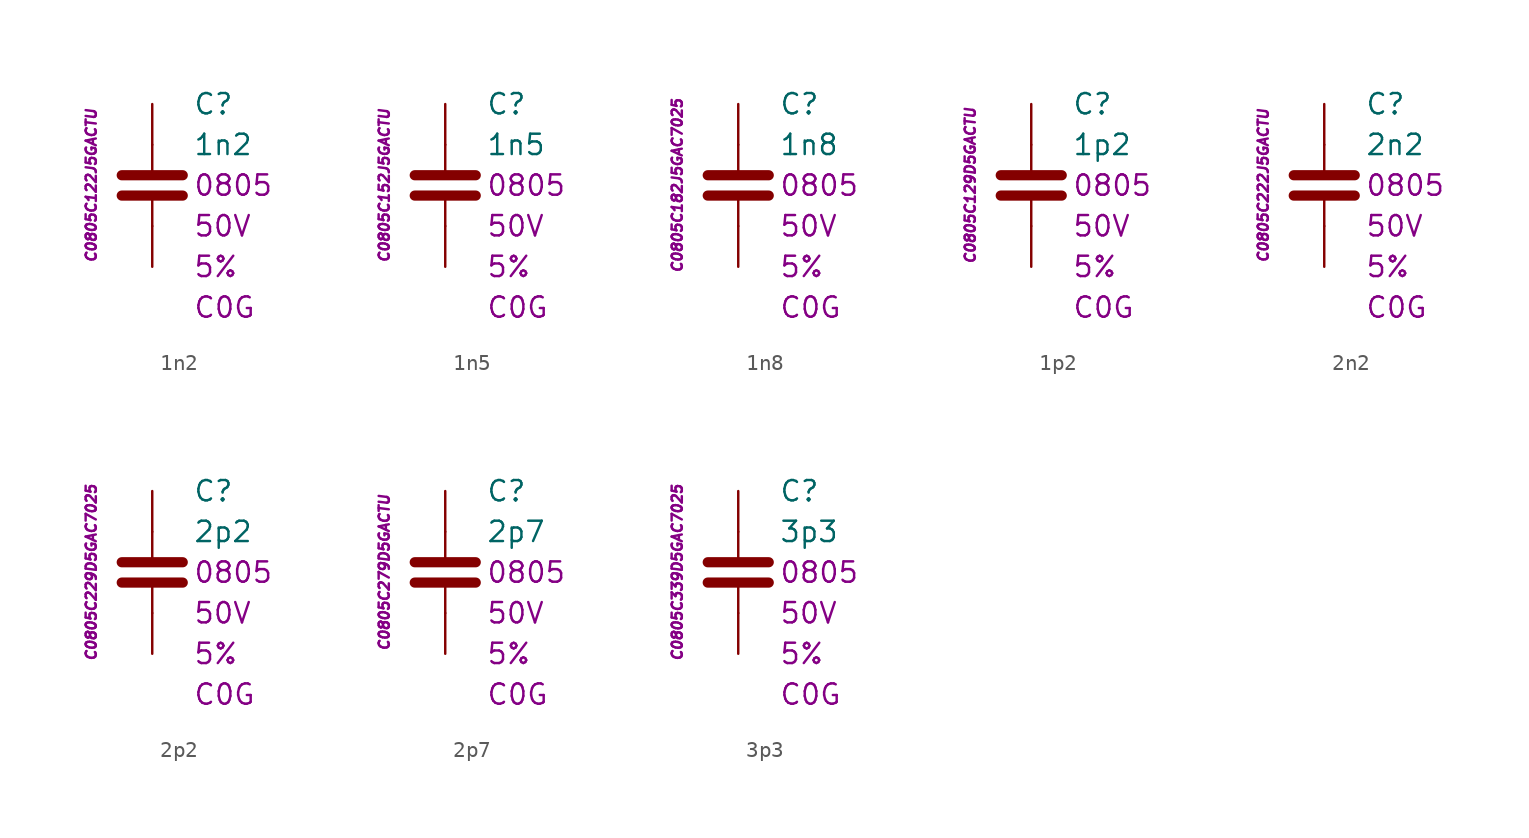
<source format=kicad_sym>
(kicad_symbol_lib
  (version 20201005)
  (generator kicad_symbol_editor)
  (symbol "C.Kemet.MLCC.0805.COG:1n2"
    (pin_numbers hide)
    (pin_names
      (offset 1.016) hide)
    (property "Reference" "C"
      (at 2.54 5.08 0)
      (effects (font (size 1.27 1.27)) (justify left)))
    (property "Value" "1n2"
      (at 2.54 2.54 0)
      (effects (font (size 1.27 1.27)) (justify left)))
    (property "Package" "0805"
      (at 2.54 0 0)
      (effects (font (size 1.27 1.27)) (justify left)))
    (property "Voltage" "50V"
      (at 2.54 -2.54 0)
      (effects (font (size 1.27 1.27)) (justify left)))
    (property "Tolerance" "5%"
      (at 2.54 -5.08 0)
      (effects (font (size 1.27 1.27)) (justify left)))
    (property "Dielectric" "C0G"
      (at 2.54 -7.62 0)
      (effects (font (size 1.27 1.27)) (justify left)))
    (property "ID" "C0805C122J5GACTU"
      (at -3.81 0 90)
      (effects (font (size 0.635 0.635) italic)))
    (symbol "1n2_0_1"
      (polyline (pts (xy -1.905 -0.635) (xy 1.905 -0.635)) (stroke (width 0.635)) (fill (type none)))
      (polyline (pts (xy -1.905 0.635) (xy 1.905 0.635)) (stroke (width 0.635)) (fill (type none)))
      (polyline (pts (xy 0 -2.54) (xy 0 -0.635)) (stroke (width 0.152)) (fill (type none)))
      (polyline (pts (xy 0 0.635) (xy 0 2.54)) (stroke (width 0.152)) (fill (type none))))
    (symbol "1n2_1_1"
      (pin passive line (at 0 5.08 270) (length 2.54) (name "~" (effects (font (size 1.778 1.778)))) (number "1" (effects (font (size 1.778 1.778)))))
      (pin passive line (at 0 -5.08 90) (length 2.54) (name "~" (effects (font (size 1.778 1.778)))) (number "2" (effects (font (size 1.778 1.778)))))))
  (symbol "C.Kemet.MLCC.0805.COG:1n5"
    (pin_numbers hide)
    (pin_names
      (offset 1.016) hide)
    (property "Reference" "C"
      (at 2.54 5.08 0)
      (effects (font (size 1.27 1.27)) (justify left)))
    (property "Value" "1n5"
      (at 2.54 2.54 0)
      (effects (font (size 1.27 1.27)) (justify left)))
    (property "Package" "0805"
      (at 2.54 0 0)
      (effects (font (size 1.27 1.27)) (justify left)))
    (property "Voltage" "50V"
      (at 2.54 -2.54 0)
      (effects (font (size 1.27 1.27)) (justify left)))
    (property "Tolerance" "5%"
      (at 2.54 -5.08 0)
      (effects (font (size 1.27 1.27)) (justify left)))
    (property "Dielectric" "C0G"
      (at 2.54 -7.62 0)
      (effects (font (size 1.27 1.27)) (justify left)))
    (property "ID" "C0805C152J5GACTU"
      (at -3.81 0 90)
      (effects (font (size 0.635 0.635) italic)))
    (symbol "1n5_0_1"
      (polyline (pts (xy -1.905 -0.635) (xy 1.905 -0.635)) (stroke (width 0.635)) (fill (type none)))
      (polyline (pts (xy -1.905 0.635) (xy 1.905 0.635)) (stroke (width 0.635)) (fill (type none)))
      (polyline (pts (xy 0 -2.54) (xy 0 -0.635)) (stroke (width 0.152)) (fill (type none)))
      (polyline (pts (xy 0 0.635) (xy 0 2.54)) (stroke (width 0.152)) (fill (type none))))
    (symbol "1n5_1_1"
      (pin passive line (at 0 5.08 270) (length 2.54) (name "~" (effects (font (size 1.778 1.778)))) (number "1" (effects (font (size 1.778 1.778)))))
      (pin passive line (at 0 -5.08 90) (length 2.54) (name "~" (effects (font (size 1.778 1.778)))) (number "2" (effects (font (size 1.778 1.778)))))))
  (symbol "C.Kemet.MLCC.0805.COG:1n8"
    (pin_numbers hide)
    (pin_names
      (offset 1.016) hide)
    (property "Reference" "C"
      (at 2.54 5.08 0)
      (effects (font (size 1.27 1.27)) (justify left)))
    (property "Value" "1n8"
      (at 2.54 2.54 0)
      (effects (font (size 1.27 1.27)) (justify left)))
    (property "Package" "0805"
      (at 2.54 0 0)
      (effects (font (size 1.27 1.27)) (justify left)))
    (property "Voltage" "50V"
      (at 2.54 -2.54 0)
      (effects (font (size 1.27 1.27)) (justify left)))
    (property "Tolerance" "5%"
      (at 2.54 -5.08 0)
      (effects (font (size 1.27 1.27)) (justify left)))
    (property "Dielectric" "C0G"
      (at 2.54 -7.62 0)
      (effects (font (size 1.27 1.27)) (justify left)))
    (property "ID" "C0805C182J5GAC7025"
      (at -3.81 0 90)
      (effects (font (size 0.635 0.635) italic)))
    (symbol "1n8_0_1"
      (polyline (pts (xy -1.905 -0.635) (xy 1.905 -0.635)) (stroke (width 0.635)) (fill (type none)))
      (polyline (pts (xy -1.905 0.635) (xy 1.905 0.635)) (stroke (width 0.635)) (fill (type none)))
      (polyline (pts (xy 0 -2.54) (xy 0 -0.635)) (stroke (width 0.152)) (fill (type none)))
      (polyline (pts (xy 0 0.635) (xy 0 2.54)) (stroke (width 0.152)) (fill (type none))))
    (symbol "1n8_1_1"
      (pin passive line (at 0 5.08 270) (length 2.54) (name "~" (effects (font (size 1.778 1.778)))) (number "1" (effects (font (size 1.778 1.778)))))
      (pin passive line (at 0 -5.08 90) (length 2.54) (name "~" (effects (font (size 1.778 1.778)))) (number "2" (effects (font (size 1.778 1.778)))))))
  (symbol "C.Kemet.MLCC.0805.COG:1p2"
    (pin_numbers hide)
    (pin_names
      (offset 1.016) hide)
    (property "Reference" "C"
      (at 2.54 5.08 0)
      (effects (font (size 1.27 1.27)) (justify left)))
    (property "Value" "1p2"
      (at 2.54 2.54 0)
      (effects (font (size 1.27 1.27)) (justify left)))
    (property "Package" "0805"
      (at 2.54 0 0)
      (effects (font (size 1.27 1.27)) (justify left)))
    (property "Voltage" "50V"
      (at 2.54 -2.54 0)
      (effects (font (size 1.27 1.27)) (justify left)))
    (property "Tolerance" "5%"
      (at 2.54 -5.08 0)
      (effects (font (size 1.27 1.27)) (justify left)))
    (property "Dielectric" "C0G"
      (at 2.54 -7.62 0)
      (effects (font (size 1.27 1.27)) (justify left)))
    (property "ID" "C0805C129D5GACTU"
      (at -3.81 0 90)
      (effects (font (size 0.635 0.635) italic)))
    (symbol "1p2_0_1"
      (polyline (pts (xy -1.905 -0.635) (xy 1.905 -0.635)) (stroke (width 0.635)) (fill (type none)))
      (polyline (pts (xy -1.905 0.635) (xy 1.905 0.635)) (stroke (width 0.635)) (fill (type none)))
      (polyline (pts (xy 0 -2.54) (xy 0 -0.635)) (stroke (width 0.152)) (fill (type none)))
      (polyline (pts (xy 0 0.635) (xy 0 2.54)) (stroke (width 0.152)) (fill (type none))))
    (symbol "1p2_1_1"
      (pin passive line (at 0 5.08 270) (length 2.54) (name "~" (effects (font (size 1.778 1.778)))) (number "1" (effects (font (size 1.778 1.778)))))
      (pin passive line (at 0 -5.08 90) (length 2.54) (name "~" (effects (font (size 1.778 1.778)))) (number "2" (effects (font (size 1.778 1.778)))))))
  (symbol "C.Kemet.MLCC.0805.COG:2n2"
    (pin_numbers hide)
    (pin_names
      (offset 1.016) hide)
    (property "Reference" "C"
      (at 2.54 5.08 0)
      (effects (font (size 1.27 1.27)) (justify left)))
    (property "Value" "2n2"
      (at 2.54 2.54 0)
      (effects (font (size 1.27 1.27)) (justify left)))
    (property "Package" "0805"
      (at 2.54 0 0)
      (effects (font (size 1.27 1.27)) (justify left)))
    (property "Voltage" "50V"
      (at 2.54 -2.54 0)
      (effects (font (size 1.27 1.27)) (justify left)))
    (property "Tolerance" "5%"
      (at 2.54 -5.08 0)
      (effects (font (size 1.27 1.27)) (justify left)))
    (property "Dielectric" "C0G"
      (at 2.54 -7.62 0)
      (effects (font (size 1.27 1.27)) (justify left)))
    (property "ID" "C0805C222J5GACTU"
      (at -3.81 0 90)
      (effects (font (size 0.635 0.635) italic)))
    (symbol "2n2_0_1"
      (polyline (pts (xy -1.905 -0.635) (xy 1.905 -0.635)) (stroke (width 0.635)) (fill (type none)))
      (polyline (pts (xy -1.905 0.635) (xy 1.905 0.635)) (stroke (width 0.635)) (fill (type none)))
      (polyline (pts (xy 0 -2.54) (xy 0 -0.635)) (stroke (width 0.152)) (fill (type none)))
      (polyline (pts (xy 0 0.635) (xy 0 2.54)) (stroke (width 0.152)) (fill (type none))))
    (symbol "2n2_1_1"
      (pin passive line (at 0 5.08 270) (length 2.54) (name "~" (effects (font (size 1.778 1.778)))) (number "1" (effects (font (size 1.778 1.778)))))
      (pin passive line (at 0 -5.08 90) (length 2.54) (name "~" (effects (font (size 1.778 1.778)))) (number "2" (effects (font (size 1.778 1.778)))))))
  (symbol "C.Kemet.MLCC.0805.COG:2p2"
    (pin_numbers hide)
    (pin_names
      (offset 1.016) hide)
    (property "Reference" "C"
      (at 2.54 5.08 0)
      (effects (font (size 1.27 1.27)) (justify left)))
    (property "Value" "2p2"
      (at 2.54 2.54 0)
      (effects (font (size 1.27 1.27)) (justify left)))
    (property "Package" "0805"
      (at 2.54 0 0)
      (effects (font (size 1.27 1.27)) (justify left)))
    (property "Voltage" "50V"
      (at 2.54 -2.54 0)
      (effects (font (size 1.27 1.27)) (justify left)))
    (property "Tolerance" "5%"
      (at 2.54 -5.08 0)
      (effects (font (size 1.27 1.27)) (justify left)))
    (property "Dielectric" "C0G"
      (at 2.54 -7.62 0)
      (effects (font (size 1.27 1.27)) (justify left)))
    (property "ID" "C0805C229D5GAC7025"
      (at -3.81 0 90)
      (effects (font (size 0.635 0.635) italic)))
    (symbol "2p2_0_1"
      (polyline (pts (xy -1.905 -0.635) (xy 1.905 -0.635)) (stroke (width 0.635)) (fill (type none)))
      (polyline (pts (xy -1.905 0.635) (xy 1.905 0.635)) (stroke (width 0.635)) (fill (type none)))
      (polyline (pts (xy 0 -2.54) (xy 0 -0.635)) (stroke (width 0.152)) (fill (type none)))
      (polyline (pts (xy 0 0.635) (xy 0 2.54)) (stroke (width 0.152)) (fill (type none))))
    (symbol "2p2_1_1"
      (pin passive line (at 0 5.08 270) (length 2.54) (name "~" (effects (font (size 1.778 1.778)))) (number "1" (effects (font (size 1.778 1.778)))))
      (pin passive line (at 0 -5.08 90) (length 2.54) (name "~" (effects (font (size 1.778 1.778)))) (number "2" (effects (font (size 1.778 1.778)))))))
  (symbol "C.Kemet.MLCC.0805.COG:2p7"
    (pin_numbers hide)
    (pin_names
      (offset 1.016) hide)
    (property "Reference" "C"
      (at 2.54 5.08 0)
      (effects (font (size 1.27 1.27)) (justify left)))
    (property "Value" "2p7"
      (at 2.54 2.54 0)
      (effects (font (size 1.27 1.27)) (justify left)))
    (property "Package" "0805"
      (at 2.54 0 0)
      (effects (font (size 1.27 1.27)) (justify left)))
    (property "Voltage" "50V"
      (at 2.54 -2.54 0)
      (effects (font (size 1.27 1.27)) (justify left)))
    (property "Tolerance" "5%"
      (at 2.54 -5.08 0)
      (effects (font (size 1.27 1.27)) (justify left)))
    (property "Dielectric" "C0G"
      (at 2.54 -7.62 0)
      (effects (font (size 1.27 1.27)) (justify left)))
    (property "ID" "C0805C279D5GACTU"
      (at -3.81 0 90)
      (effects (font (size 0.635 0.635) italic)))
    (symbol "2p7_0_1"
      (polyline (pts (xy -1.905 -0.635) (xy 1.905 -0.635)) (stroke (width 0.635)) (fill (type none)))
      (polyline (pts (xy -1.905 0.635) (xy 1.905 0.635)) (stroke (width 0.635)) (fill (type none)))
      (polyline (pts (xy 0 -2.54) (xy 0 -0.635)) (stroke (width 0.152)) (fill (type none)))
      (polyline (pts (xy 0 0.635) (xy 0 2.54)) (stroke (width 0.152)) (fill (type none))))
    (symbol "2p7_1_1"
      (pin passive line (at 0 5.08 270) (length 2.54) (name "~" (effects (font (size 1.778 1.778)))) (number "1" (effects (font (size 1.778 1.778)))))
      (pin passive line (at 0 -5.08 90) (length 2.54) (name "~" (effects (font (size 1.778 1.778)))) (number "2" (effects (font (size 1.778 1.778)))))))
  (symbol "C.Kemet.MLCC.0805.COG:3p3"
    (pin_numbers hide)
    (pin_names
      (offset 1.016) hide)
    (property "Reference" "C"
      (at 2.54 5.08 0)
      (effects (font (size 1.27 1.27)) (justify left)))
    (property "Value" "3p3"
      (at 2.54 2.54 0)
      (effects (font (size 1.27 1.27)) (justify left)))
    (property "Package" "0805"
      (at 2.54 0 0)
      (effects (font (size 1.27 1.27)) (justify left)))
    (property "Voltage" "50V"
      (at 2.54 -2.54 0)
      (effects (font (size 1.27 1.27)) (justify left)))
    (property "Tolerance" "5%"
      (at 2.54 -5.08 0)
      (effects (font (size 1.27 1.27)) (justify left)))
    (property "Dielectric" "C0G"
      (at 2.54 -7.62 0)
      (effects (font (size 1.27 1.27)) (justify left)))
    (property "ID" "C0805C339D5GAC7025"
      (at -3.81 0 90)
      (effects (font (size 0.635 0.635) italic)))
    (symbol "3p3_0_1"
      (polyline (pts (xy -1.905 -0.635) (xy 1.905 -0.635)) (stroke (width 0.635)) (fill (type none)))
      (polyline (pts (xy -1.905 0.635) (xy 1.905 0.635)) (stroke (width 0.635)) (fill (type none)))
      (polyline (pts (xy 0 -2.54) (xy 0 -0.635)) (stroke (width 0.152)) (fill (type none)))
      (polyline (pts (xy 0 0.635) (xy 0 2.54)) (stroke (width 0.152)) (fill (type none))))
    (symbol "3p3_1_1"
      (pin passive line (at 0 5.08 270) (length 2.54) (name "~" (effects (font (size 1.778 1.778)))) (number "1" (effects (font (size 1.778 1.778)))))
      (pin passive line (at 0 -5.08 90) (length 2.54) (name "~" (effects (font (size 1.778 1.778)))) (number "2" (effects (font (size 1.778 1.778))))))))
</source>
